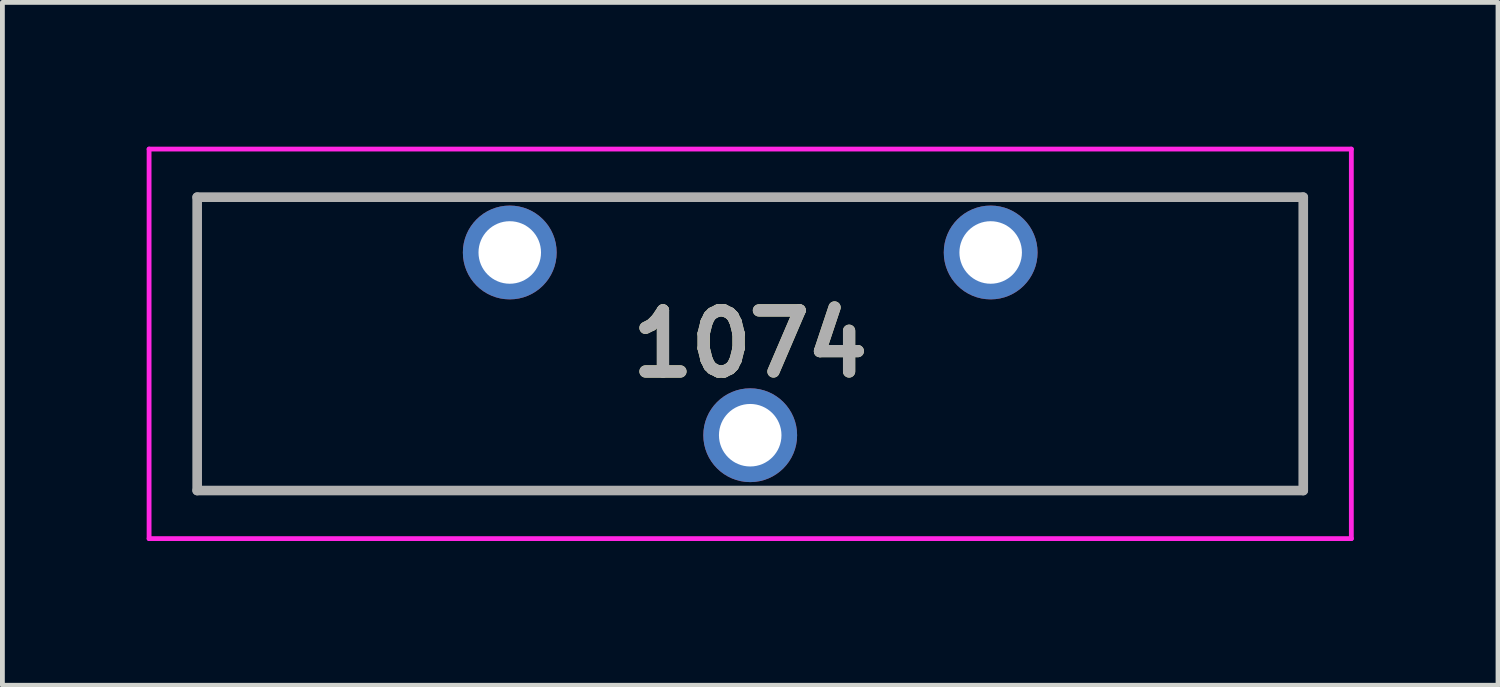
<source format=kicad_pcb>
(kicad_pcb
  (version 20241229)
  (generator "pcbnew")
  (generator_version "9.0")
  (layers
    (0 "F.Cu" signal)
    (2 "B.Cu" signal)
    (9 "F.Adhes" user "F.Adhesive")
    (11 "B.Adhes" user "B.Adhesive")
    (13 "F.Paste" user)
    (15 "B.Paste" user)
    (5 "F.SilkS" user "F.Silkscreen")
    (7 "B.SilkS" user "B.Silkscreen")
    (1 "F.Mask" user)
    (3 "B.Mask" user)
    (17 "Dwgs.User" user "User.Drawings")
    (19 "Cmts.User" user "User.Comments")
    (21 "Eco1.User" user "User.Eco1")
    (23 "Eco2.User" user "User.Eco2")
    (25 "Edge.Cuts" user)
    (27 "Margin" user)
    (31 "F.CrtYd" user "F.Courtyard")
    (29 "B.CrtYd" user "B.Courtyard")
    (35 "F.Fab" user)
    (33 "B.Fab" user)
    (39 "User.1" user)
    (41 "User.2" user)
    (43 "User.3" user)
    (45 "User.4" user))
  (footprint "1074"
    (layer "F.Cu")
    (at 7.55 2.2)
    (property "Reference" "1074" (at 5 1.9 0) (layer "F.SilkS") (effects (font (size 1.27 1.27) (thickness 0.254))))
    (attr through_hole)
    (fp_line (start -6.5 -1.15) (end 16.5 -1.15) (stroke (width 0.1) (type solid)) (layer "F.SilkS"))
    (fp_line (start -6.5 4.95) (end -6.5 -1.15) (stroke (width 0.1) (type solid)) (layer "F.SilkS"))
    (fp_line (start 16.5 -1.15) (end 16.5 4.95) (stroke (width 0.1) (type solid)) (layer "F.SilkS"))
    (fp_line (start 16.5 4.95) (end -6.5 4.95) (stroke (width 0.1) (type solid)) (layer "F.SilkS"))
    (fp_line (start -7.5 -2.15) (end 17.5 -2.15) (stroke (width 0.1) (type solid)) (layer "F.CrtYd"))
    (fp_line (start -7.5 5.95) (end -7.5 -2.15) (stroke (width 0.1) (type solid)) (layer "F.CrtYd"))
    (fp_line (start 17.5 -2.15) (end 17.5 5.95) (stroke (width 0.1) (type solid)) (layer "F.CrtYd"))
    (fp_line (start 17.5 5.95) (end -7.5 5.95) (stroke (width 0.1) (type solid)) (layer "F.CrtYd"))
    (fp_line (start -6.5 -1.15) (end 16.5 -1.15) (stroke (width 0.2) (type solid)) (layer "F.Fab"))
    (fp_line (start -6.5 4.95) (end -6.5 -1.15) (stroke (width 0.2) (type solid)) (layer "F.Fab"))
    (fp_line (start 16.5 -1.15) (end 16.5 4.95) (stroke (width 0.2) (type solid)) (layer "F.Fab"))
    (fp_line (start 16.5 4.95) (end -6.5 4.95) (stroke (width 0.2) (type solid)) (layer "F.Fab"))
    (fp_text user "${REFERENCE}" (at 5 1.9 0) (layer "F.Fab") (effects (font (size 1.27 1.27) (thickness 0.254))))
    (pad "1" thru_hole circle (at 0 0) (size 1.95 1.95) (drill 1.3) (layers "*.Cu" "*.Mask"))
    (pad "2" thru_hole circle (at 5 3.8) (size 1.95 1.95) (drill 1.3) (layers "*.Cu" "*.Mask"))
    (pad "3" thru_hole circle (at 10 0) (size 1.95 1.95) (drill 1.3) (layers "*.Cu" "*.Mask")))
  (gr_rect
    (start -3 -3)
    (end 28.1 11.2)
    (stroke (width 0.1) (type default))
    (fill no)
    (layer "Edge.Cuts")))
</source>
